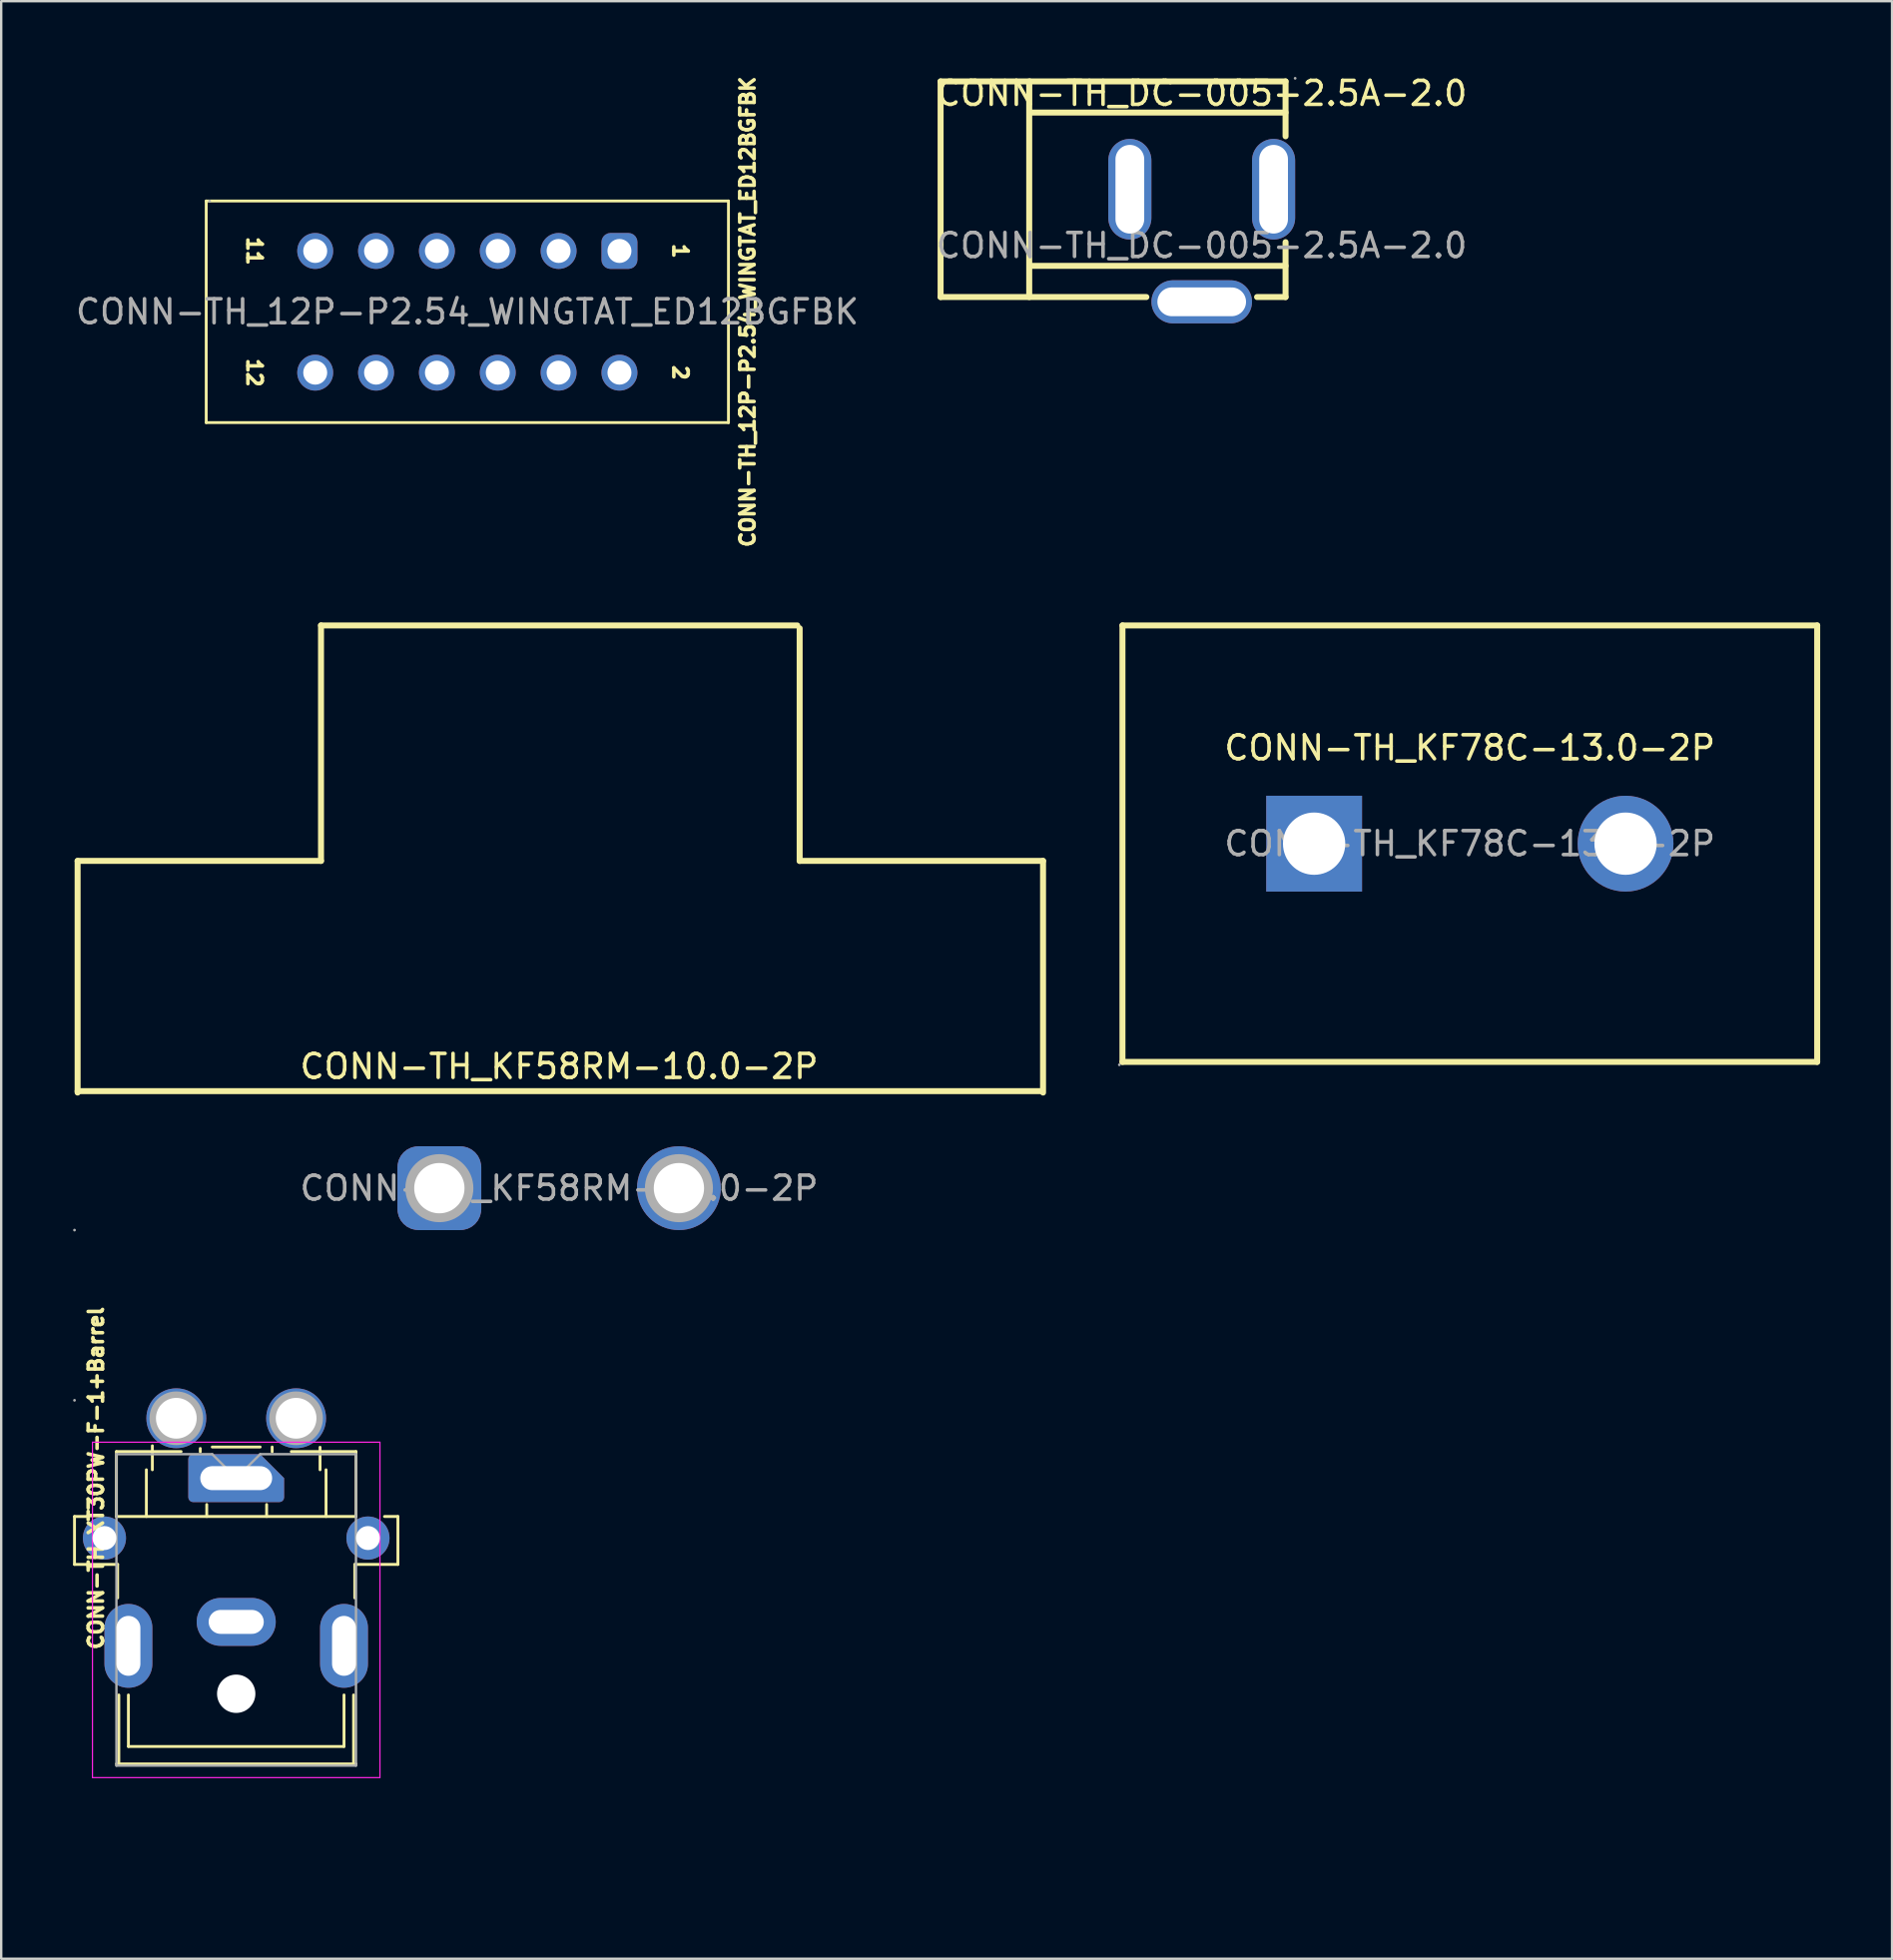
<source format=kicad_pcb>
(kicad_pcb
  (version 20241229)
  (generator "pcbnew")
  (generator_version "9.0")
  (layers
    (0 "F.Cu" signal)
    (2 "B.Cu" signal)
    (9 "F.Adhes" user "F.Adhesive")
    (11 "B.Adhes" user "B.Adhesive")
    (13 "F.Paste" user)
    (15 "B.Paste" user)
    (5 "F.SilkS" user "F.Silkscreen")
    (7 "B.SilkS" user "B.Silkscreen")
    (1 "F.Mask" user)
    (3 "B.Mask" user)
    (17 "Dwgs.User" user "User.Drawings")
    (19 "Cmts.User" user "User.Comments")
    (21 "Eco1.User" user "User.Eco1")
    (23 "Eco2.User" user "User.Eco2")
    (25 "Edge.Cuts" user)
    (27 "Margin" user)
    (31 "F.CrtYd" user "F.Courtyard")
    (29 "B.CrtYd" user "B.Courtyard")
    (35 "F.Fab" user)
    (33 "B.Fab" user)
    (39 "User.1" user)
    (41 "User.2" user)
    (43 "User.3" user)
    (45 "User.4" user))
  (footprint "CONN-TH_DC-005-2.5A-2.0"
    (layer "F.Cu")
    (at 47.113 7.198)
    (property "Reference" "CONN-TH_DC-005-2.5A-2.0" (at 0 -6.35 0) (layer "F.SilkS") (effects (font (size 1 1) (thickness 0.15))))
    (attr through_hole)
    (fp_line (start -10.9 -6.85) (end 3.5 -6.85) (stroke (width 0.25) (type solid)) (layer "F.SilkS"))
    (fp_line (start -10.9 2.15) (end -10.9 -6.85) (stroke (width 0.25) (type solid)) (layer "F.SilkS"))
    (fp_line (start -10.9 2.15) (end -2.31 2.15) (stroke (width 0.25) (type solid)) (layer "F.SilkS"))
    (fp_line (start -7.2 2.15) (end -7.2 -6.85) (stroke (width 0.25) (type solid)) (layer "F.SilkS"))
    (fp_line (start -7.12 -5.55) (end 3.5 -5.55) (stroke (width 0.25) (type solid)) (layer "F.SilkS"))
    (fp_line (start -7.12 0.85) (end 3.5 0.85) (stroke (width 0.25) (type solid)) (layer "F.SilkS"))
    (fp_line (start 2.31 2.15) (end 3.5 2.15) (stroke (width 0.25) (type solid)) (layer "F.SilkS"))
    (fp_line (start 3.5 -6.85) (end 3.5 -4.56) (stroke (width 0.25) (type solid)) (layer "F.SilkS"))
    (fp_line (start 3.5 -0.14) (end 3.5 2.15) (stroke (width 0.25) (type solid)) (layer "F.SilkS"))
    (fp_circle (center 3.9 -6.98) (end 3.93 -6.98) (stroke (width 0.06) (type solid)) (fill no) (layer "F.Fab"))
    (fp_text user "${REFERENCE}" (at 0 0 0) (layer "F.Fab") (effects (font (size 1 1) (thickness 0.15))))
    (pad "1" thru_hole oval (at 3 -2.35) (size 1.8 4.2) (drill oval 1.2 3.7) (layers "*.Cu" "*.Mask"))
    (pad "2" thru_hole oval (at -3 -2.35 180) (size 1.8 4.2) (drill oval 1.2 3.7) (layers "*.Cu" "*.Mask"))
    (pad "3" thru_hole oval (at 0 2.35 270) (size 1.8 4.2) (drill oval 1.2 3.7) (layers "*.Cu" "*.Mask")))
  (footprint "CONN-TH_KF78C-13.0-2P"
    (layer "F.Cu")
    (at 58.305 32.165)
    (property "Reference" "CONN-TH_KF78C-13.0-2P" (at 0 -4 0) (layer "F.SilkS") (effects (font (size 1 1) (thickness 0.15))))
    (attr through_hole)
    (fp_line (start -14.5 -9.11) (end -14.5 9.11) (stroke (width 0.25) (type solid)) (layer "F.SilkS"))
    (fp_line (start 14.5 -9.11) (end -14.5 -9.11) (stroke (width 0.25) (type solid)) (layer "F.SilkS"))
    (fp_line (start 14.5 -9.11) (end 14.5 9.11) (stroke (width 0.25) (type solid)) (layer "F.SilkS"))
    (fp_line (start 14.5 9.11) (end -14.5 9.11) (stroke (width 0.25) (type solid)) (layer "F.SilkS"))
    (fp_circle (center -14.63 9.23) (end -14.6 9.23) (stroke (width 0.06) (type solid)) (fill no) (layer "F.Fab"))
    (fp_circle (center -6.5 0) (end -5.9 0) (stroke (width 1.2) (type solid)) (fill no) (layer "F.Fab"))
    (fp_circle (center 6.5 0) (end 7.1 0) (stroke (width 1.2) (type solid)) (fill no) (layer "F.Fab"))
    (fp_text user "${REFERENCE}" (at 0 0 0) (layer "F.Fab") (effects (font (size 1 1) (thickness 0.15))))
    (pad "1" thru_hole rect (at -6.5 0) (size 4 4) (drill 2.6) (layers "*.Cu" "*.Mask"))
    (pad "2" thru_hole circle (at 6.5 0) (size 4 4) (drill 2.6) (layers "*.Cu" "*.Mask")))
  (footprint "CONN-TH_12P-P2.54_WINGTAT_ED12BGFBK"
    (layer "F.Cu")
    (at 16.458 9.965)
    (property "Reference" "CONN-TH_12P-P2.54_WINGTAT_ED12BGFBK" (at 11.7 0 270) (layer "F.SilkS") (effects (font (size 0.6 0.6) (thickness 0.15))))
    (attr through_hole)
    (fp_line (start -10.9 -4.625) (end 10.9 -4.625) (stroke (width 0.12) (type solid)) (layer "F.SilkS"))
    (fp_line (start -10.9 4.625) (end -10.9 -4.625) (stroke (width 0.12) (type solid)) (layer "F.SilkS"))
    (fp_line (start 10.9 -4.625) (end 10.9 4.625) (stroke (width 0.12) (type solid)) (layer "F.SilkS"))
    (fp_line (start 10.9 4.625) (end -10.9 4.625) (stroke (width 0.12) (type solid)) (layer "F.SilkS"))
    (fp_circle (center -10.76 -4.62) (end -10.73 -4.62) (stroke (width 0.06) (type solid)) (fill no) (layer "F.Fab"))
    (fp_text user "11" (at -8.89 -2.54 270) (unlocked yes) (layer "F.SilkS") (effects (font (size 0.6 0.6) (thickness 0.15))))
    (fp_text user "12" (at -8.89 2.54 270) (unlocked yes) (layer "F.SilkS") (effects (font (size 0.6 0.6) (thickness 0.15))))
    (fp_text user "1" (at 8.89 -2.54 270) (unlocked yes) (layer "F.SilkS") (effects (font (size 0.6 0.6) (thickness 0.15))))
    (fp_text user "2" (at 8.89 2.54 270) (unlocked yes) (layer "F.SilkS") (effects (font (size 0.6 0.6) (thickness 0.15))))
    (fp_text user "${REFERENCE}" (at 0 0 0) (layer "F.Fab") (effects (font (size 1 1) (thickness 0.15))))
    (pad "1" thru_hole roundrect (at 6.35 -2.54) (size 1.5 1.5) (drill 1) (layers "*.Cu" "*.Mask") (roundrect_rratio 0.25))
    (pad "2" thru_hole circle (at 6.35 2.54) (size 1.5 1.5) (drill 1) (layers "*.Cu" "*.Mask"))
    (pad "3" thru_hole circle (at 3.81 -2.54) (size 1.5 1.5) (drill 1) (layers "*.Cu" "*.Mask"))
    (pad "4" thru_hole circle (at 3.81 2.54) (size 1.5 1.5) (drill 1) (layers "*.Cu" "*.Mask"))
    (pad "5" thru_hole circle (at 1.27 -2.54) (size 1.5 1.5) (drill 1) (layers "*.Cu" "*.Mask"))
    (pad "6" thru_hole circle (at 1.27 2.54) (size 1.5 1.5) (drill 1) (layers "*.Cu" "*.Mask"))
    (pad "7" thru_hole circle (at -1.27 -2.54) (size 1.5 1.5) (drill 1) (layers "*.Cu" "*.Mask"))
    (pad "8" thru_hole circle (at -1.27 2.54) (size 1.5 1.5) (drill 1) (layers "*.Cu" "*.Mask"))
    (pad "9" thru_hole circle (at -3.81 -2.54) (size 1.5 1.5) (drill 1) (layers "*.Cu" "*.Mask"))
    (pad "10" thru_hole circle (at -3.81 2.54) (size 1.5 1.5) (drill 1) (layers "*.Cu" "*.Mask"))
    (pad "11" thru_hole circle (at -6.35 -2.54) (size 1.5 1.5) (drill 1) (layers "*.Cu" "*.Mask"))
    (pad "12" thru_hole circle (at -6.35 2.54) (size 1.5 1.5) (drill 1) (layers "*.Cu" "*.Mask")))
  (footprint "CONN-TH_KF58RM-10.0-2P"
    (layer "F.Cu")
    (at 20.29 46.545)
    (property "Reference" "CONN-TH_KF58RM-10.0-2P" (at 0 -5.08 0) (layer "F.SilkS") (effects (font (size 1 1) (thickness 0.15))))
    (attr through_hole)
    (fp_line (start -20.1 -13.66) (end -20.1 -3.99) (stroke (width 0.25) (type solid)) (layer "F.SilkS"))
    (fp_line (start -9.94 -23.49) (end -9.94 -13.66) (stroke (width 0.25) (type solid)) (layer "F.SilkS"))
    (fp_line (start -9.94 -23.49) (end 9.94 -23.49) (stroke (width 0.25) (type solid)) (layer "F.SilkS"))
    (fp_line (start -9.94 -13.66) (end -20.1 -13.66) (stroke (width 0.25) (type solid)) (layer "F.SilkS"))
    (fp_line (start 10.04 -23.37) (end 10.04 -13.66) (stroke (width 0.25) (type solid)) (layer "F.SilkS"))
    (fp_line (start 10.04 -13.66) (end 20.2 -13.66) (stroke (width 0.25) (type solid)) (layer "F.SilkS"))
    (fp_line (start 20.1 -4.05) (end -20.1 -4.05) (stroke (width 0.25) (type solid)) (layer "F.SilkS"))
    (fp_line (start 20.2 -13.66) (end 20.2 -3.99) (stroke (width 0.25) (type solid)) (layer "F.SilkS"))
    (fp_circle (center -20.23 1.75) (end -20.2 1.75) (stroke (width 0.06) (type solid)) (fill no) (layer "F.Fab"))
    (fp_circle (center -5 0) (end -4.53 0) (stroke (width 0.95) (type solid)) (fill no) (layer "F.Fab"))
    (fp_circle (center 5 0) (end 5.47 0) (stroke (width 0.95) (type solid)) (fill no) (layer "F.Fab"))
    (fp_text user "${REFERENCE}" (at 0 0 0) (layer "F.Fab") (effects (font (size 1 1) (thickness 0.15))))
    (pad "1" thru_hole roundrect (at -5 0) (size 3.5 3.5) (drill 2.1) (layers "*.Cu" "*.Mask") (roundrect_rratio 0.25))
    (pad "2" thru_hole circle (at 5 0) (size 3.5 3.5) (drill 2.1) (layers "*.Cu" "*.Mask")))
  (footprint "CONN-TH_XT30PW-F-1+Barrel"
    (layer "F.Cu")
    (at 6.81 58.649)
    (property "Reference" "CONN-TH_XT30PW-F-1+Barrel" (at -5.85 0 90) (layer "F.SilkS") (effects (font (size 0.6 0.6) (thickness 0.15))))
    (fp_line (start -6.75 1.6) (end -6.75 3.6) (stroke (width 0.12) (type solid)) (layer "F.SilkS"))
    (fp_line (start -6.75 3.6) (end -4.95 3.6) (stroke (width 0.12) (type solid)) (layer "F.SilkS"))
    (fp_line (start -6.18 1.6) (end -6.75 1.6) (stroke (width 0.12) (type solid)) (layer "F.SilkS"))
    (fp_line (start -5 -1.11) (end -2.3 -1.11) (stroke (width 0.12) (type solid)) (layer "F.SilkS"))
    (fp_line (start -5 1.6) (end -5 -1.11) (stroke (width 0.12) (type solid)) (layer "F.SilkS"))
    (fp_line (start -5 1.6) (end 5 1.6) (stroke (width 0.12) (type solid)) (layer "F.SilkS"))
    (fp_line (start -4.95 5) (end -4.95 3.6) (stroke (width 0.12) (type solid)) (layer "F.SilkS"))
    (fp_line (start -4.9 11.93) (end -4.9 9.05) (stroke (width 0.12) (type solid)) (layer "F.SilkS"))
    (fp_line (start -4.5 11.2) (end -4.5 9.05) (stroke (width 0.12) (type solid)) (layer "F.SilkS"))
    (fp_line (start -4.5 11.2) (end 4.5 11.2) (stroke (width 0.12) (type solid)) (layer "F.SilkS"))
    (fp_line (start -3.75 1.6) (end -3.75 -0.35) (stroke (width 0.12) (type solid)) (layer "F.SilkS"))
    (fp_line (start -3.5 -0.35) (end -3.5 -1.35) (stroke (width 0.12) (type solid)) (layer "F.SilkS"))
    (fp_line (start -1.5 -1.1) (end -1.5 -1.24) (stroke (width 0.12) (type solid)) (layer "F.SilkS"))
    (fp_line (start -1.23 1.6) (end -1.23 1.1) (stroke (width 0.12) (type solid)) (layer "F.SilkS"))
    (fp_line (start -1 -1.3) (end 1 -1.3) (stroke (width 0.12) (type solid)) (layer "F.SilkS"))
    (fp_line (start 1.27 1.6) (end 1.27 1.1) (stroke (width 0.12) (type solid)) (layer "F.SilkS"))
    (fp_line (start 1.5 -1.1) (end 1.5 -1.3) (stroke (width 0.12) (type solid)) (layer "F.SilkS"))
    (fp_line (start 2.3 -1.11) (end 5 -1.11) (stroke (width 0.12) (type solid)) (layer "F.SilkS"))
    (fp_line (start 3.5 -0.35) (end 3.5 -1.29) (stroke (width 0.12) (type solid)) (layer "F.SilkS"))
    (fp_line (start 3.75 1.6) (end 3.75 -0.35) (stroke (width 0.12) (type solid)) (layer "F.SilkS"))
    (fp_line (start 4.5 11.2) (end 4.5 9.05) (stroke (width 0.12) (type solid)) (layer "F.SilkS"))
    (fp_line (start 4.9 9.05) (end 4.9 11.93) (stroke (width 0.12) (type solid)) (layer "F.SilkS"))
    (fp_line (start 4.95 5) (end 4.95 3.6) (stroke (width 0.12) (type solid)) (layer "F.SilkS"))
    (fp_line (start 5 -1.11) (end 5 1.6) (stroke (width 0.12) (type solid)) (layer "F.SilkS"))
    (fp_line (start 5 11.93) (end -5 11.93) (stroke (width 0.12) (type solid)) (layer "F.SilkS"))
    (fp_line (start 6.19 1.6) (end 6.75 1.6) (stroke (width 0.12) (type solid)) (layer "F.SilkS"))
    (fp_line (start 6.75 1.6) (end 6.75 3.6) (stroke (width 0.12) (type solid)) (layer "F.SilkS"))
    (fp_line (start 6.75 3.6) (end 4.95 3.6) (stroke (width 0.12) (type solid)) (layer "F.SilkS"))
    (fp_line (start -6 -1.5) (end -6 12.5) (stroke (width 0.05) (type solid)) (layer "F.CrtYd"))
    (fp_line (start -6 12.5) (end 6 12.5) (stroke (width 0.05) (type solid)) (layer "F.CrtYd"))
    (fp_line (start 6 -1.5) (end -6 -1.5) (stroke (width 0.05) (type solid)) (layer "F.CrtYd"))
    (fp_line (start 6 12.5) (end 6 -1.5) (stroke (width 0.05) (type solid)) (layer "F.CrtYd"))
    (fp_line (start -5 -1) (end -1 -1) (stroke (width 0.1) (type solid)) (layer "F.Fab"))
    (fp_line (start -5 12) (end -5 -1) (stroke (width 0.1) (type solid)) (layer "F.Fab"))
    (fp_line (start -1 -1) (end 0 0) (stroke (width 0.1) (type solid)) (layer "F.Fab"))
    (fp_line (start 0 0) (end 1 -1) (stroke (width 0.1) (type solid)) (layer "F.Fab"))
    (fp_line (start 1 -1) (end 5 -1) (stroke (width 0.1) (type solid)) (layer "F.Fab"))
    (fp_line (start 5 -1) (end 5 12) (stroke (width 0.1) (type solid)) (layer "F.Fab"))
    (fp_line (start 5 12) (end -5 12) (stroke (width 0.1) (type solid)) (layer "F.Fab"))
    (fp_circle (center -6.75 -3.25) (end -6.72 -3.25) (stroke (width 0.06) (type solid)) (fill no) (layer "F.Fab"))
    (fp_circle (center -5.5 2.5) (end -5.3 2.5) (stroke (width 0.4) (type solid)) (fill no) (layer "F.Fab"))
    (fp_circle (center -2.5 -2.5) (end -2.13 -2.5) (stroke (width 0.75) (type solid)) (fill no) (layer "F.Fab"))
    (fp_circle (center 2.5 -2.5) (end 2.87 -2.5) (stroke (width 0.75) (type solid)) (fill no) (layer "F.Fab"))
    (fp_circle (center 5.5 2.5) (end 5.7 2.5) (stroke (width 0.4) (type solid)) (fill no) (layer "F.Fab"))
    (fp_line (start -6.35 12) (end -1.35 17) (stroke (width 0.12) (type solid)) (layer "User.1"))
    (fp_line (start -6.35 12) (end 6.35 12) (stroke (width 0.1) (type solid)) (layer "User.1"))
    (fp_line (start 0 -2.54) (end 0 16.51) (stroke (width 0.12) (type solid)) (layer "User.1"))
    (fp_text user "CL" (at 0 15.24 270) (unlocked yes) (layer "User.1") (effects (font (size 0.6 0.6) (thickness 0.1))))
    (fp_text user "Board Edge" (at -2.85 14.5 315) (unlocked yes) (layer "User.1") (effects (font (size 0.6 0.6) (thickness 0.1))))
    (pad "" np_thru_hole circle (at 0 9) (size 1.6 1.6) (drill 1.6) (layers "*.Cu" "*.Mask"))
    (pad "1" thru_hole circle (at -2.5 -2.5) (size 2.5 2.5) (drill 1.7) (layers "*.Cu" "*.Mask"))
    (pad "1" thru_hole roundrect (at 0 0) (size 4 2) (drill oval 3 1) (layers "*.Cu" "*.Mask") (roundrect_rratio 0.1) (chamfer_ratio 0.5) (chamfer top_right))
    (pad "2" thru_hole oval (at 0 6) (size 3.3 2) (drill oval 2.3 1) (layers "*.Cu" "*.Mask"))
    (pad "2" thru_hole circle (at 2.5 -2.5) (size 2.5 2.5) (drill 1.7) (layers "*.Cu" "*.Mask"))
    (pad "MP" thru_hole circle (at -5.5 2.5) (size 1.8 1.8) (drill 1) (layers "*.Cu" "*.Mask"))
    (pad "MP" thru_hole oval (at -4.5 7) (size 2 3.5) (drill oval 1 2.5) (layers "*.Cu" "*.Mask"))
    (pad "MP" thru_hole oval (at 4.5 7) (size 2 3.5) (drill oval 1 2.5) (layers "*.Cu" "*.Mask"))
    (pad "MP" thru_hole circle (at 5.5 2.5) (size 1.8 1.8) (drill 1) (layers "*.Cu" "*.Mask")))
  (gr_rect
    (start -3 -3)
    (end 75.93 78.709)
    (stroke (width 0.1) (type default))
    (fill no)
    (layer "Edge.Cuts")))
</source>
